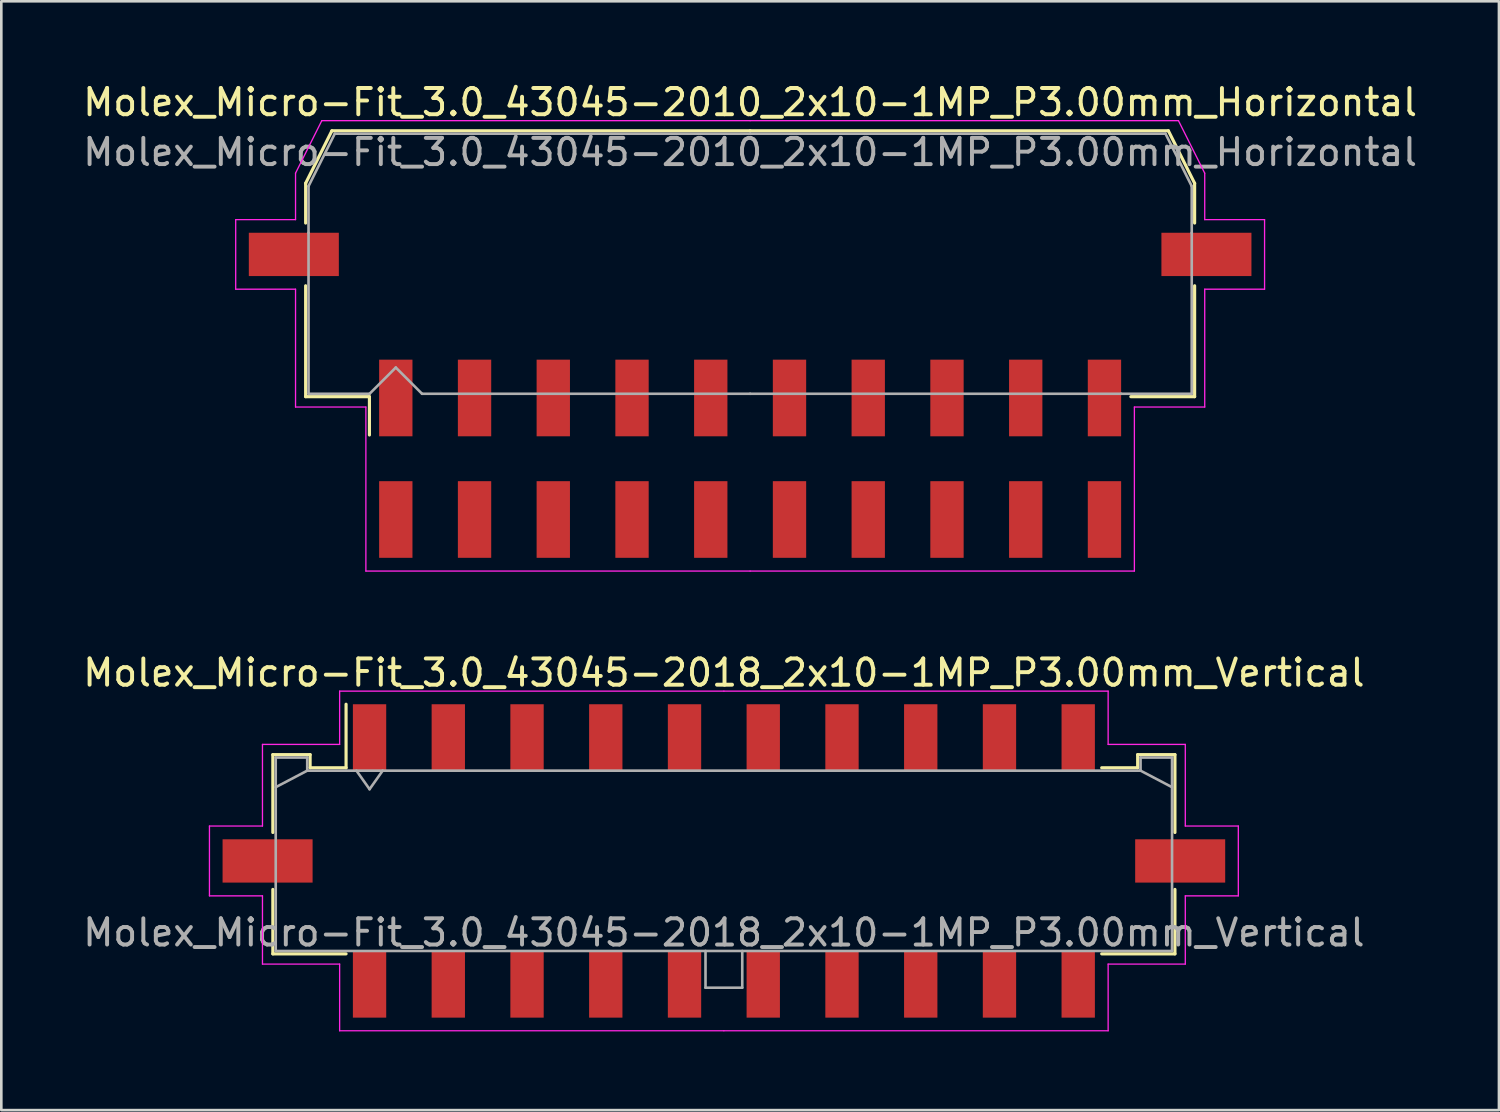
<source format=kicad_pcb>
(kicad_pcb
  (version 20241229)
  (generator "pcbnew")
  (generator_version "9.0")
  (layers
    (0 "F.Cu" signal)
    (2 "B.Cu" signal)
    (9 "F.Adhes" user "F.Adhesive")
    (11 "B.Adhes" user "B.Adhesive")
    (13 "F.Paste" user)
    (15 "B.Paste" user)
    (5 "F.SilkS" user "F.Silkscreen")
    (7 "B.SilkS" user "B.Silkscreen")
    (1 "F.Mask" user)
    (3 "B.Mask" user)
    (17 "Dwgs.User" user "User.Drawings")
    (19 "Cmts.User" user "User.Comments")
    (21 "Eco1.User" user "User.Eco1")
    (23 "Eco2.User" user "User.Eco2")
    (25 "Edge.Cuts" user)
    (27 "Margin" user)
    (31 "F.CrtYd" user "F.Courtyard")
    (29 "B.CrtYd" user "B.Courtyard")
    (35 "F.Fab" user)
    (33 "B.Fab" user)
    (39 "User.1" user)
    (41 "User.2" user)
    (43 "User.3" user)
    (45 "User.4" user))
  (footprint "Molex_Micro-Fit_3.0_43045-2010_2x10-1MP_P3.00mm_Horizontal"
    (layer "F.Cu")
    (at 25.53 14.428)
    (property "Reference" "Molex_Micro-Fit_3.0_43045-2010_2x10-1MP_P3.00mm_Horizontal" (at 0 -13.58 0) (layer "F.SilkS") (effects (font (size 1 1) (thickness 0.15))))
    (attr smd)
    (fp_line (start -16.935 -10.495) (end -16.935 -8.98) (stroke (width 0.12) (type solid)) (layer "F.SilkS"))
    (fp_line (start -16.935 -6.59) (end -16.935 -2.365) (stroke (width 0.12) (type solid)) (layer "F.SilkS"))
    (fp_line (start -16.935 -2.365) (end -14.505 -2.365) (stroke (width 0.12) (type solid)) (layer "F.SilkS"))
    (fp_line (start -15.935 -12.495) (end -16.935 -10.495) (stroke (width 0.12) (type solid)) (layer "F.SilkS"))
    (fp_line (start -14.505 -2.365) (end -14.505 -0.905) (stroke (width 0.12) (type solid)) (layer "F.SilkS"))
    (fp_line (start 0 -12.495) (end -15.935 -12.495) (stroke (width 0.12) (type solid)) (layer "F.SilkS"))
    (fp_line (start 0 -12.495) (end 15.935 -12.495) (stroke (width 0.12) (type solid)) (layer "F.SilkS"))
    (fp_line (start 15.935 -12.495) (end 16.935 -10.495) (stroke (width 0.12) (type solid)) (layer "F.SilkS"))
    (fp_line (start 16.935 -10.495) (end 16.935 -8.98) (stroke (width 0.12) (type solid)) (layer "F.SilkS"))
    (fp_line (start 16.935 -6.59) (end 16.935 -2.365) (stroke (width 0.12) (type solid)) (layer "F.SilkS"))
    (fp_line (start 16.935 -2.365) (end 14.505 -2.365) (stroke (width 0.12) (type solid)) (layer "F.SilkS"))
    (fp_line (start -19.6 -9.11) (end -19.6 -6.46) (stroke (width 0.05) (type solid)) (layer "F.CrtYd"))
    (fp_line (start -19.6 -6.46) (end -17.32 -6.46) (stroke (width 0.05) (type solid)) (layer "F.CrtYd"))
    (fp_line (start -17.32 -10.88) (end -17.32 -9.11) (stroke (width 0.05) (type solid)) (layer "F.CrtYd"))
    (fp_line (start -17.32 -9.11) (end -19.6 -9.11) (stroke (width 0.05) (type solid)) (layer "F.CrtYd"))
    (fp_line (start -17.32 -6.46) (end -17.32 -1.97) (stroke (width 0.05) (type solid)) (layer "F.CrtYd"))
    (fp_line (start -17.32 -1.97) (end -14.64 -1.97) (stroke (width 0.05) (type solid)) (layer "F.CrtYd"))
    (fp_line (start -16.32 -12.88) (end -17.32 -10.88) (stroke (width 0.05) (type solid)) (layer "F.CrtYd"))
    (fp_line (start -14.64 -1.97) (end -14.64 4.28) (stroke (width 0.05) (type solid)) (layer "F.CrtYd"))
    (fp_line (start -14.64 4.28) (end 0 4.28) (stroke (width 0.05) (type solid)) (layer "F.CrtYd"))
    (fp_line (start 0 -12.88) (end -16.32 -12.88) (stroke (width 0.05) (type solid)) (layer "F.CrtYd"))
    (fp_line (start 0 -12.88) (end 16.32 -12.88) (stroke (width 0.05) (type solid)) (layer "F.CrtYd"))
    (fp_line (start 14.64 -1.97) (end 14.64 4.28) (stroke (width 0.05) (type solid)) (layer "F.CrtYd"))
    (fp_line (start 14.64 4.28) (end 0 4.28) (stroke (width 0.05) (type solid)) (layer "F.CrtYd"))
    (fp_line (start 16.32 -12.88) (end 17.32 -10.88) (stroke (width 0.05) (type solid)) (layer "F.CrtYd"))
    (fp_line (start 17.32 -10.88) (end 17.32 -9.11) (stroke (width 0.05) (type solid)) (layer "F.CrtYd"))
    (fp_line (start 17.32 -9.11) (end 19.6 -9.11) (stroke (width 0.05) (type solid)) (layer "F.CrtYd"))
    (fp_line (start 17.32 -6.46) (end 17.32 -1.97) (stroke (width 0.05) (type solid)) (layer "F.CrtYd"))
    (fp_line (start 17.32 -1.97) (end 14.64 -1.97) (stroke (width 0.05) (type solid)) (layer "F.CrtYd"))
    (fp_line (start 19.6 -9.11) (end 19.6 -6.46) (stroke (width 0.05) (type solid)) (layer "F.CrtYd"))
    (fp_line (start 19.6 -6.46) (end 17.32 -6.46) (stroke (width 0.05) (type solid)) (layer "F.CrtYd"))
    (fp_line (start -16.825 -10.385) (end -16.825 -8.61) (stroke (width 0.1) (type solid)) (layer "F.Fab"))
    (fp_line (start -16.825 -8.61) (end -16.825 -2.475) (stroke (width 0.1) (type solid)) (layer "F.Fab"))
    (fp_line (start -16.825 -2.475) (end -14.5 -2.475) (stroke (width 0.1) (type solid)) (layer "F.Fab"))
    (fp_line (start -15.825 -12.385) (end -16.825 -10.385) (stroke (width 0.1) (type solid)) (layer "F.Fab"))
    (fp_line (start -14.5 -2.475) (end -13.5 -3.475) (stroke (width 0.1) (type solid)) (layer "F.Fab"))
    (fp_line (start -13.5 -3.475) (end -12.5 -2.475) (stroke (width 0.1) (type solid)) (layer "F.Fab"))
    (fp_line (start -12.5 -2.475) (end 0 -2.475) (stroke (width 0.1) (type solid)) (layer "F.Fab"))
    (fp_line (start 0 -12.385) (end -15.825 -12.385) (stroke (width 0.1) (type solid)) (layer "F.Fab"))
    (fp_line (start 0 -12.385) (end 15.825 -12.385) (stroke (width 0.1) (type solid)) (layer "F.Fab"))
    (fp_line (start 14.135 -2.475) (end 0 -2.475) (stroke (width 0.1) (type solid)) (layer "F.Fab"))
    (fp_line (start 15.825 -12.385) (end 16.825 -10.385) (stroke (width 0.1) (type solid)) (layer "F.Fab"))
    (fp_line (start 16.825 -10.385) (end 16.825 -8.61) (stroke (width 0.1) (type solid)) (layer "F.Fab"))
    (fp_line (start 16.825 -8.61) (end 16.825 -2.475) (stroke (width 0.1) (type solid)) (layer "F.Fab"))
    (fp_line (start 16.825 -2.475) (end 14.135 -2.475) (stroke (width 0.1) (type solid)) (layer "F.Fab"))
    (fp_text user "${REFERENCE}" (at 0 -11.68 0) (layer "F.Fab") (effects (font (size 1 1) (thickness 0.15))))
    (pad "1" smd rect (at -13.5 -2.315) (size 1.27 2.92) (layers "F.Cu" "F.Mask" "F.Paste"))
    (pad "2" smd rect (at -10.5 -2.315) (size 1.27 2.92) (layers "F.Cu" "F.Mask" "F.Paste"))
    (pad "3" smd rect (at -7.5 -2.315) (size 1.27 2.92) (layers "F.Cu" "F.Mask" "F.Paste"))
    (pad "4" smd rect (at -4.5 -2.315) (size 1.27 2.92) (layers "F.Cu" "F.Mask" "F.Paste"))
    (pad "5" smd rect (at -1.5 -2.315) (size 1.27 2.92) (layers "F.Cu" "F.Mask" "F.Paste"))
    (pad "6" smd rect (at 1.5 -2.315) (size 1.27 2.92) (layers "F.Cu" "F.Mask" "F.Paste"))
    (pad "7" smd rect (at 4.5 -2.315) (size 1.27 2.92) (layers "F.Cu" "F.Mask" "F.Paste"))
    (pad "8" smd rect (at 7.5 -2.315) (size 1.27 2.92) (layers "F.Cu" "F.Mask" "F.Paste"))
    (pad "9" smd rect (at 10.5 -2.315) (size 1.27 2.92) (layers "F.Cu" "F.Mask" "F.Paste"))
    (pad "10" smd rect (at 13.5 -2.315) (size 1.27 2.92) (layers "F.Cu" "F.Mask" "F.Paste"))
    (pad "11" smd rect (at -13.5 2.315) (size 1.27 2.92) (layers "F.Cu" "F.Mask" "F.Paste"))
    (pad "12" smd rect (at -10.5 2.315) (size 1.27 2.92) (layers "F.Cu" "F.Mask" "F.Paste"))
    (pad "13" smd rect (at -7.5 2.315) (size 1.27 2.92) (layers "F.Cu" "F.Mask" "F.Paste"))
    (pad "14" smd rect (at -4.5 2.315) (size 1.27 2.92) (layers "F.Cu" "F.Mask" "F.Paste"))
    (pad "15" smd rect (at -1.5 2.315) (size 1.27 2.92) (layers "F.Cu" "F.Mask" "F.Paste"))
    (pad "16" smd rect (at 1.5 2.315) (size 1.27 2.92) (layers "F.Cu" "F.Mask" "F.Paste"))
    (pad "17" smd rect (at 4.5 2.315) (size 1.27 2.92) (layers "F.Cu" "F.Mask" "F.Paste"))
    (pad "18" smd rect (at 7.5 2.315) (size 1.27 2.92) (layers "F.Cu" "F.Mask" "F.Paste"))
    (pad "19" smd rect (at 10.5 2.315) (size 1.27 2.92) (layers "F.Cu" "F.Mask" "F.Paste"))
    (pad "20" smd rect (at 13.5 2.315) (size 1.27 2.92) (layers "F.Cu" "F.Mask" "F.Paste"))
    (pad "MP" smd rect (at -17.385 -7.785) (size 3.43 1.65) (layers "F.Cu" "F.Mask" "F.Paste"))
    (pad "MP" smd rect (at 17.385 -7.785) (size 3.43 1.65) (layers "F.Cu" "F.Mask" "F.Paste")))
  (footprint "Molex_Micro-Fit_3.0_43045-2018_2x10-1MP_P3.00mm_Vertical"
    (layer "F.Cu")
    (at 24.53 29.752)
    (property "Reference" "Molex_Micro-Fit_3.0_43045-2018_2x10-1MP_P3.00mm_Vertical" (at 0 -7.17 0) (layer "F.SilkS") (effects (font (size 1 1) (thickness 0.15))))
    (attr smd)
    (fp_line (start -17.185 -4.05) (end -15.765 -4.05) (stroke (width 0.12) (type solid)) (layer "F.SilkS"))
    (fp_line (start -17.185 -1.085) (end -17.185 -4.05) (stroke (width 0.12) (type solid)) (layer "F.SilkS"))
    (fp_line (start -17.185 1.085) (end -17.185 3.54) (stroke (width 0.12) (type solid)) (layer "F.SilkS"))
    (fp_line (start -17.185 3.54) (end -14.395 3.54) (stroke (width 0.12) (type solid)) (layer "F.SilkS"))
    (fp_line (start -15.765 -4.05) (end -15.765 -3.55) (stroke (width 0.12) (type solid)) (layer "F.SilkS"))
    (fp_line (start -15.765 -3.55) (end -14.395 -3.55) (stroke (width 0.12) (type solid)) (layer "F.SilkS"))
    (fp_line (start -14.395 -3.55) (end -14.395 -5.97) (stroke (width 0.12) (type solid)) (layer "F.SilkS"))
    (fp_line (start 15.765 -4.05) (end 15.765 -3.55) (stroke (width 0.12) (type solid)) (layer "F.SilkS"))
    (fp_line (start 15.765 -3.55) (end 14.395 -3.55) (stroke (width 0.12) (type solid)) (layer "F.SilkS"))
    (fp_line (start 17.185 -4.05) (end 15.765 -4.05) (stroke (width 0.12) (type solid)) (layer "F.SilkS"))
    (fp_line (start 17.185 -1.085) (end 17.185 -4.05) (stroke (width 0.12) (type solid)) (layer "F.SilkS"))
    (fp_line (start 17.185 1.085) (end 17.185 3.54) (stroke (width 0.12) (type solid)) (layer "F.SilkS"))
    (fp_line (start 17.185 3.54) (end 14.395 3.54) (stroke (width 0.12) (type solid)) (layer "F.SilkS"))
    (fp_line (start -19.6 -1.33) (end -19.6 1.33) (stroke (width 0.05) (type solid)) (layer "F.CrtYd"))
    (fp_line (start -19.6 1.33) (end -17.58 1.33) (stroke (width 0.05) (type solid)) (layer "F.CrtYd"))
    (fp_line (start -17.58 -4.44) (end -17.58 -1.33) (stroke (width 0.05) (type solid)) (layer "F.CrtYd"))
    (fp_line (start -17.58 -1.33) (end -19.6 -1.33) (stroke (width 0.05) (type solid)) (layer "F.CrtYd"))
    (fp_line (start -17.58 1.33) (end -17.58 3.93) (stroke (width 0.05) (type solid)) (layer "F.CrtYd"))
    (fp_line (start -17.58 3.93) (end -14.64 3.93) (stroke (width 0.05) (type solid)) (layer "F.CrtYd"))
    (fp_line (start -14.64 -6.47) (end -14.64 -4.44) (stroke (width 0.05) (type solid)) (layer "F.CrtYd"))
    (fp_line (start -14.64 -4.44) (end -17.58 -4.44) (stroke (width 0.05) (type solid)) (layer "F.CrtYd"))
    (fp_line (start -14.64 3.93) (end -14.64 6.47) (stroke (width 0.05) (type solid)) (layer "F.CrtYd"))
    (fp_line (start -14.64 6.47) (end 0 6.47) (stroke (width 0.05) (type solid)) (layer "F.CrtYd"))
    (fp_line (start 0 -6.47) (end -14.64 -6.47) (stroke (width 0.05) (type solid)) (layer "F.CrtYd"))
    (fp_line (start 0 -6.47) (end 14.64 -6.47) (stroke (width 0.05) (type solid)) (layer "F.CrtYd"))
    (fp_line (start 14.64 -6.47) (end 14.64 -4.44) (stroke (width 0.05) (type solid)) (layer "F.CrtYd"))
    (fp_line (start 14.64 -4.44) (end 17.58 -4.44) (stroke (width 0.05) (type solid)) (layer "F.CrtYd"))
    (fp_line (start 14.64 3.93) (end 14.64 6.47) (stroke (width 0.05) (type solid)) (layer "F.CrtYd"))
    (fp_line (start 14.64 6.47) (end 0 6.47) (stroke (width 0.05) (type solid)) (layer "F.CrtYd"))
    (fp_line (start 17.58 -4.44) (end 17.58 -1.33) (stroke (width 0.05) (type solid)) (layer "F.CrtYd"))
    (fp_line (start 17.58 -1.33) (end 19.6 -1.33) (stroke (width 0.05) (type solid)) (layer "F.CrtYd"))
    (fp_line (start 17.58 1.33) (end 17.58 3.93) (stroke (width 0.05) (type solid)) (layer "F.CrtYd"))
    (fp_line (start 17.58 3.93) (end 14.64 3.93) (stroke (width 0.05) (type solid)) (layer "F.CrtYd"))
    (fp_line (start 19.6 -1.33) (end 19.6 1.33) (stroke (width 0.05) (type solid)) (layer "F.CrtYd"))
    (fp_line (start 19.6 1.33) (end 17.58 1.33) (stroke (width 0.05) (type solid)) (layer "F.CrtYd"))
    (fp_line (start -17.075 -3.94) (end -17.075 3.43) (stroke (width 0.1) (type solid)) (layer "F.Fab"))
    (fp_line (start -17.075 -2.81) (end -15.875 -3.44) (stroke (width 0.1) (type solid)) (layer "F.Fab"))
    (fp_line (start -17.075 3.43) (end 17.075 3.43) (stroke (width 0.1) (type solid)) (layer "F.Fab"))
    (fp_line (start -15.875 -3.94) (end -17.075 -3.94) (stroke (width 0.1) (type solid)) (layer "F.Fab"))
    (fp_line (start -15.875 -3.44) (end -15.875 -3.94) (stroke (width 0.1) (type solid)) (layer "F.Fab"))
    (fp_line (start -14 -3.44) (end -13.5 -2.733) (stroke (width 0.1) (type solid)) (layer "F.Fab"))
    (fp_line (start -13.5 -2.733) (end -13 -3.44) (stroke (width 0.1) (type solid)) (layer "F.Fab"))
    (fp_line (start -0.7 3.43) (end -0.7 4.83) (stroke (width 0.1) (type solid)) (layer "F.Fab"))
    (fp_line (start -0.7 4.83) (end 0.7 4.83) (stroke (width 0.1) (type solid)) (layer "F.Fab"))
    (fp_line (start 0.7 4.83) (end 0.7 3.43) (stroke (width 0.1) (type solid)) (layer "F.Fab"))
    (fp_line (start 15.875 -3.94) (end 15.875 -3.44) (stroke (width 0.1) (type solid)) (layer "F.Fab"))
    (fp_line (start 15.875 -3.44) (end -15.875 -3.44) (stroke (width 0.1) (type solid)) (layer "F.Fab"))
    (fp_line (start 17.075 -3.94) (end 15.875 -3.94) (stroke (width 0.1) (type solid)) (layer "F.Fab"))
    (fp_line (start 17.075 -2.81) (end 15.875 -3.44) (stroke (width 0.1) (type solid)) (layer "F.Fab"))
    (fp_line (start 17.075 3.43) (end 17.075 -3.94) (stroke (width 0.1) (type solid)) (layer "F.Fab"))
    (fp_text user "${REFERENCE}" (at 0 2.73 0) (layer "F.Fab") (effects (font (size 1 1) (thickness 0.15))))
    (pad "1" smd rect (at -13.5 -4.7) (size 1.27 2.54) (layers "F.Cu" "F.Mask" "F.Paste"))
    (pad "2" smd rect (at -10.5 -4.7) (size 1.27 2.54) (layers "F.Cu" "F.Mask" "F.Paste"))
    (pad "3" smd rect (at -7.5 -4.7) (size 1.27 2.54) (layers "F.Cu" "F.Mask" "F.Paste"))
    (pad "4" smd rect (at -4.5 -4.7) (size 1.27 2.54) (layers "F.Cu" "F.Mask" "F.Paste"))
    (pad "5" smd rect (at -1.5 -4.7) (size 1.27 2.54) (layers "F.Cu" "F.Mask" "F.Paste"))
    (pad "6" smd rect (at 1.5 -4.7) (size 1.27 2.54) (layers "F.Cu" "F.Mask" "F.Paste"))
    (pad "7" smd rect (at 4.5 -4.7) (size 1.27 2.54) (layers "F.Cu" "F.Mask" "F.Paste"))
    (pad "8" smd rect (at 7.5 -4.7) (size 1.27 2.54) (layers "F.Cu" "F.Mask" "F.Paste"))
    (pad "9" smd rect (at 10.5 -4.7) (size 1.27 2.54) (layers "F.Cu" "F.Mask" "F.Paste"))
    (pad "10" smd rect (at 13.5 -4.7) (size 1.27 2.54) (layers "F.Cu" "F.Mask" "F.Paste"))
    (pad "11" smd rect (at -13.5 4.7) (size 1.27 2.54) (layers "F.Cu" "F.Mask" "F.Paste"))
    (pad "12" smd rect (at -10.5 4.7) (size 1.27 2.54) (layers "F.Cu" "F.Mask" "F.Paste"))
    (pad "13" smd rect (at -7.5 4.7) (size 1.27 2.54) (layers "F.Cu" "F.Mask" "F.Paste"))
    (pad "14" smd rect (at -4.5 4.7) (size 1.27 2.54) (layers "F.Cu" "F.Mask" "F.Paste"))
    (pad "15" smd rect (at -1.5 4.7) (size 1.27 2.54) (layers "F.Cu" "F.Mask" "F.Paste"))
    (pad "16" smd rect (at 1.5 4.7) (size 1.27 2.54) (layers "F.Cu" "F.Mask" "F.Paste"))
    (pad "17" smd rect (at 4.5 4.7) (size 1.27 2.54) (layers "F.Cu" "F.Mask" "F.Paste"))
    (pad "18" smd rect (at 7.5 4.7) (size 1.27 2.54) (layers "F.Cu" "F.Mask" "F.Paste"))
    (pad "19" smd rect (at 10.5 4.7) (size 1.27 2.54) (layers "F.Cu" "F.Mask" "F.Paste"))
    (pad "20" smd rect (at 13.5 4.7) (size 1.27 2.54) (layers "F.Cu" "F.Mask" "F.Paste"))
    (pad "MP" smd rect (at -17.385 0) (size 3.43 1.65) (layers "F.Cu" "F.Mask" "F.Paste"))
    (pad "MP" smd rect (at 17.385 0) (size 3.43 1.65) (layers "F.Cu" "F.Mask" "F.Paste")))
  (gr_rect
    (start -3 -3)
    (end 54.06 39.246)
    (stroke (width 0.1) (type default))
    (fill no)
    (layer "Edge.Cuts")))
</source>
